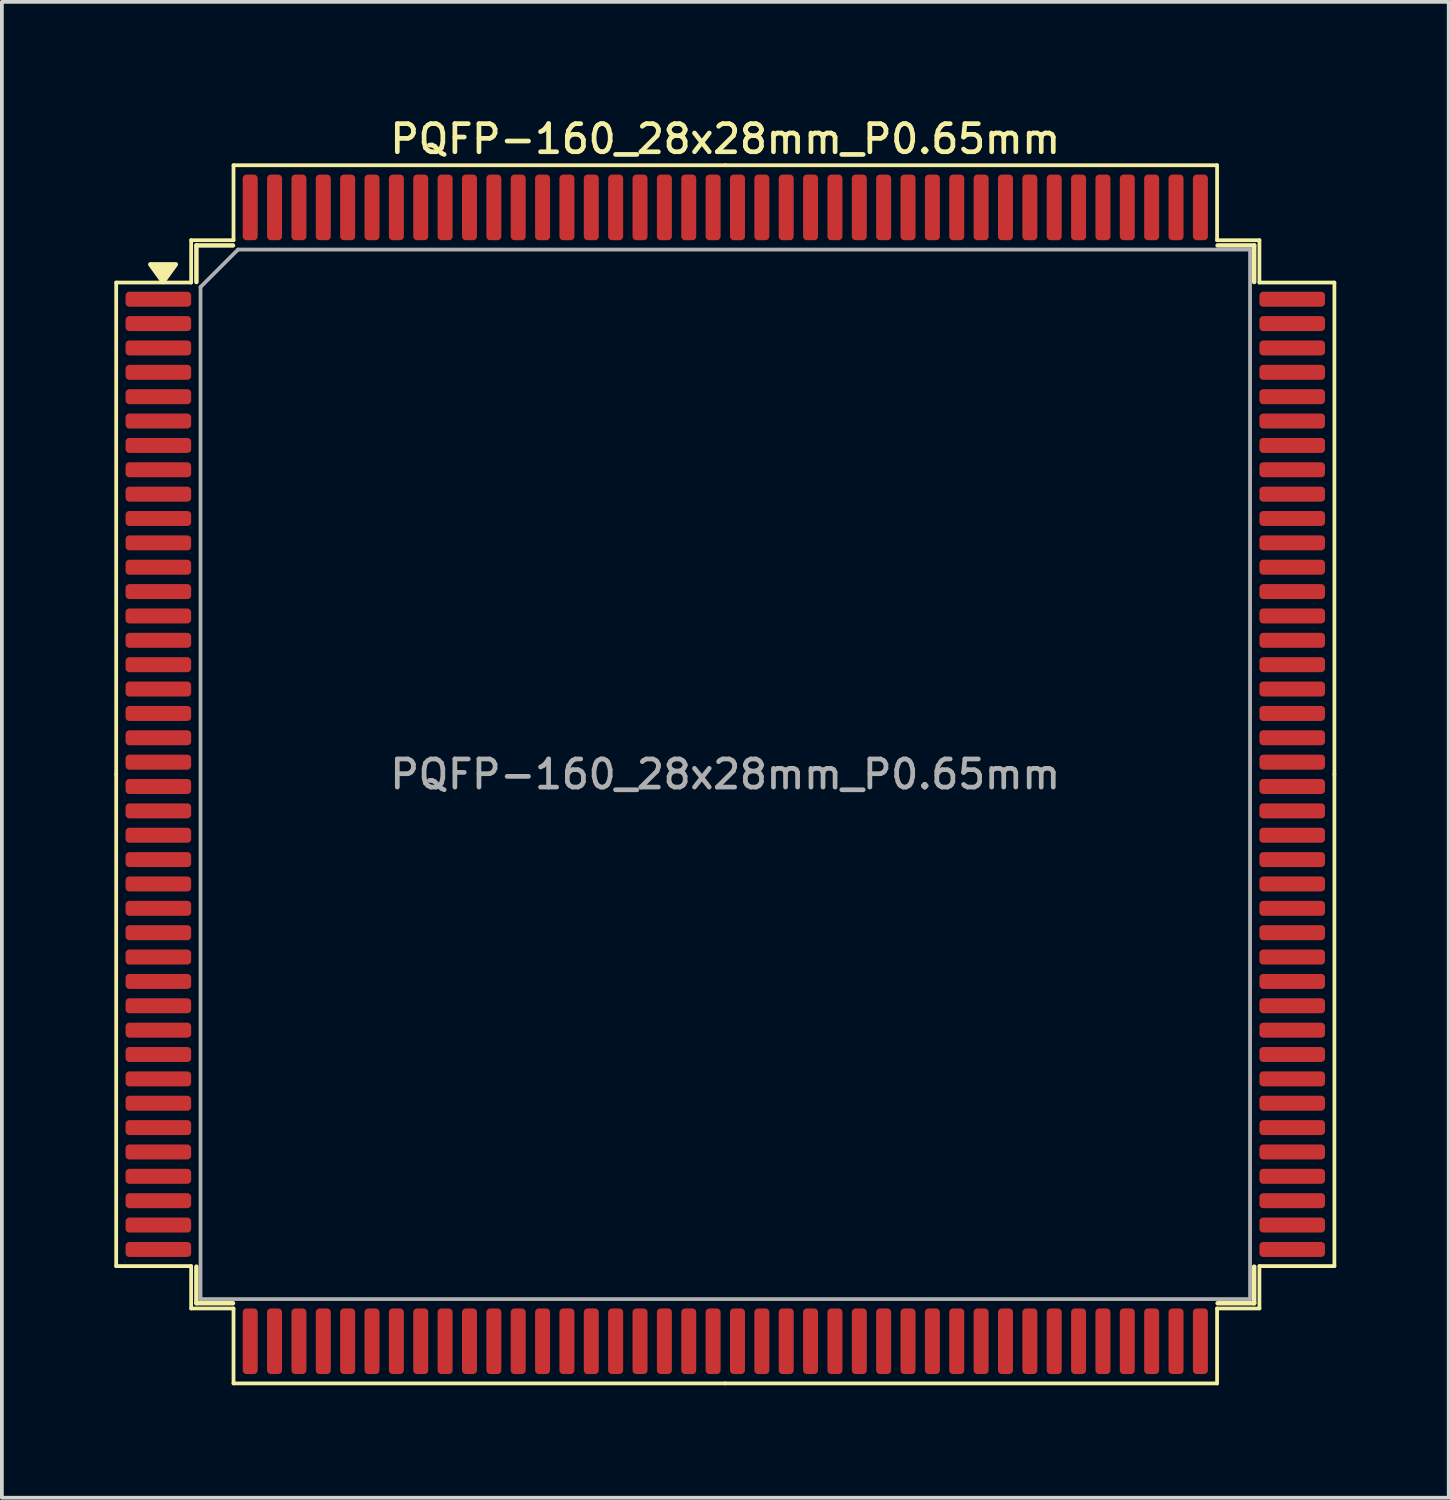
<source format=kicad_pcb>
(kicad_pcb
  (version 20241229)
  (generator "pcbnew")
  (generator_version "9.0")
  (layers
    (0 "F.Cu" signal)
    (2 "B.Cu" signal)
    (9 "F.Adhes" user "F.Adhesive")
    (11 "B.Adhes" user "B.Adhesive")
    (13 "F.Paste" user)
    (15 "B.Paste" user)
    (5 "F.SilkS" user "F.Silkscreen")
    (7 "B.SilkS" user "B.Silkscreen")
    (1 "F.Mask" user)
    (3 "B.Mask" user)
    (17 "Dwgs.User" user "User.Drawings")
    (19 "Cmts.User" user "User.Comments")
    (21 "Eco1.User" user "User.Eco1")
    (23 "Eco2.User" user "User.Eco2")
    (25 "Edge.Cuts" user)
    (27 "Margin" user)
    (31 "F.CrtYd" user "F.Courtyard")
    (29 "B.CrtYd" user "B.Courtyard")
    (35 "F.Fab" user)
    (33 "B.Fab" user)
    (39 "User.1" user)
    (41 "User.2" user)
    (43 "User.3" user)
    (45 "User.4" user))
  (footprint "PQFP-160_28x28mm_P0.65mm"
    (layer "F.Cu")
    (at 16.3 17.608)
    (property "Reference" "PQFP-160_28x28mm_P0.65mm" (at 0 -16.95 0) (layer "F.SilkS") (effects (font (size 0.75 0.75) (thickness 0.125))))
    (attr smd)
    (fp_line (start -16.25 -13.12) (end -16.25 0) (stroke (width 0.1) (type solid)) (layer "F.SilkS"))
    (fp_line (start -16.25 13.12) (end -16.25 0) (stroke (width 0.1) (type solid)) (layer "F.SilkS"))
    (fp_line (start -14.25 -14.25) (end -14.25 -13.12) (stroke (width 0.1) (type solid)) (layer "F.SilkS"))
    (fp_line (start -14.25 -13.12) (end -16.25 -13.12) (stroke (width 0.1) (type solid)) (layer "F.SilkS"))
    (fp_line (start -14.25 13.12) (end -16.25 13.12) (stroke (width 0.1) (type solid)) (layer "F.SilkS"))
    (fp_line (start -14.25 14.25) (end -14.25 13.12) (stroke (width 0.1) (type solid)) (layer "F.SilkS"))
    (fp_line (start -14.11 -14.11) (end -14.11 -13.135) (stroke (width 0.12) (type solid)) (layer "F.SilkS"))
    (fp_line (start -14.11 14.11) (end -14.11 13.135) (stroke (width 0.12) (type solid)) (layer "F.SilkS"))
    (fp_line (start -13.135 -14.11) (end -14.11 -14.11) (stroke (width 0.12) (type solid)) (layer "F.SilkS"))
    (fp_line (start -13.135 14.11) (end -14.11 14.11) (stroke (width 0.12) (type solid)) (layer "F.SilkS"))
    (fp_line (start -13.12 -16.25) (end -13.12 -14.25) (stroke (width 0.1) (type solid)) (layer "F.SilkS"))
    (fp_line (start -13.12 -14.25) (end -14.25 -14.25) (stroke (width 0.1) (type solid)) (layer "F.SilkS"))
    (fp_line (start -13.12 14.25) (end -14.25 14.25) (stroke (width 0.1) (type solid)) (layer "F.SilkS"))
    (fp_line (start -13.12 16.25) (end -13.12 14.25) (stroke (width 0.1) (type solid)) (layer "F.SilkS"))
    (fp_line (start 0 -16.25) (end -13.12 -16.25) (stroke (width 0.1) (type solid)) (layer "F.SilkS"))
    (fp_line (start 0 -16.25) (end 13.12 -16.25) (stroke (width 0.1) (type solid)) (layer "F.SilkS"))
    (fp_line (start 0 16.25) (end -13.12 16.25) (stroke (width 0.1) (type solid)) (layer "F.SilkS"))
    (fp_line (start 0 16.25) (end 13.12 16.25) (stroke (width 0.1) (type solid)) (layer "F.SilkS"))
    (fp_line (start 13.12 -16.25) (end 13.12 -14.25) (stroke (width 0.1) (type solid)) (layer "F.SilkS"))
    (fp_line (start 13.12 -14.25) (end 14.25 -14.25) (stroke (width 0.1) (type solid)) (layer "F.SilkS"))
    (fp_line (start 13.12 14.25) (end 14.25 14.25) (stroke (width 0.1) (type solid)) (layer "F.SilkS"))
    (fp_line (start 13.12 16.25) (end 13.12 14.25) (stroke (width 0.1) (type solid)) (layer "F.SilkS"))
    (fp_line (start 13.135 -14.11) (end 14.11 -14.11) (stroke (width 0.12) (type solid)) (layer "F.SilkS"))
    (fp_line (start 13.135 14.11) (end 14.11 14.11) (stroke (width 0.12) (type solid)) (layer "F.SilkS"))
    (fp_line (start 14.11 -14.11) (end 14.11 -13.135) (stroke (width 0.12) (type solid)) (layer "F.SilkS"))
    (fp_line (start 14.11 14.11) (end 14.11 13.135) (stroke (width 0.12) (type solid)) (layer "F.SilkS"))
    (fp_line (start 14.25 -14.25) (end 14.25 -13.12) (stroke (width 0.1) (type solid)) (layer "F.SilkS"))
    (fp_line (start 14.25 -13.12) (end 16.25 -13.12) (stroke (width 0.1) (type solid)) (layer "F.SilkS"))
    (fp_line (start 14.25 13.12) (end 16.25 13.12) (stroke (width 0.1) (type solid)) (layer "F.SilkS"))
    (fp_line (start 14.25 14.25) (end 14.25 13.12) (stroke (width 0.1) (type solid)) (layer "F.SilkS"))
    (fp_line (start 16.25 -13.12) (end 16.25 0) (stroke (width 0.1) (type solid)) (layer "F.SilkS"))
    (fp_line (start 16.25 13.12) (end 16.25 0) (stroke (width 0.1) (type solid)) (layer "F.SilkS"))
    (fp_poly (pts (xy -15 -13.135) (xy -15.34 -13.605) (xy -14.66 -13.605) (xy -15 -13.135)) (stroke (width 0.12) (type solid)) (fill yes) (layer "F.SilkS"))
    (fp_line (start -14 -13) (end -13 -14) (stroke (width 0.1) (type solid)) (layer "F.Fab"))
    (fp_line (start -14 14) (end -14 -13) (stroke (width 0.1) (type solid)) (layer "F.Fab"))
    (fp_line (start -13 -14) (end 14 -14) (stroke (width 0.1) (type solid)) (layer "F.Fab"))
    (fp_line (start 14 -14) (end 14 14) (stroke (width 0.1) (type solid)) (layer "F.Fab"))
    (fp_line (start 14 14) (end -14 14) (stroke (width 0.1) (type solid)) (layer "F.Fab"))
    (fp_text user "${REFERENCE}" (at 0 0 0) (layer "F.Fab") (effects (font (size 0.75 0.75) (thickness 0.125))))
    (pad "1" smd roundrect (at -15.125 -12.675) (size 1.75 0.4) (layers "F.Cu" "F.Mask" "F.Paste") (roundrect_rratio 0.25))
    (pad "2" smd roundrect (at -15.125 -12.025) (size 1.75 0.4) (layers "F.Cu" "F.Mask" "F.Paste") (roundrect_rratio 0.25))
    (pad "3" smd roundrect (at -15.125 -11.375) (size 1.75 0.4) (layers "F.Cu" "F.Mask" "F.Paste") (roundrect_rratio 0.25))
    (pad "4" smd roundrect (at -15.125 -10.725) (size 1.75 0.4) (layers "F.Cu" "F.Mask" "F.Paste") (roundrect_rratio 0.25))
    (pad "5" smd roundrect (at -15.125 -10.075) (size 1.75 0.4) (layers "F.Cu" "F.Mask" "F.Paste") (roundrect_rratio 0.25))
    (pad "6" smd roundrect (at -15.125 -9.425) (size 1.75 0.4) (layers "F.Cu" "F.Mask" "F.Paste") (roundrect_rratio 0.25))
    (pad "7" smd roundrect (at -15.125 -8.775) (size 1.75 0.4) (layers "F.Cu" "F.Mask" "F.Paste") (roundrect_rratio 0.25))
    (pad "8" smd roundrect (at -15.125 -8.125) (size 1.75 0.4) (layers "F.Cu" "F.Mask" "F.Paste") (roundrect_rratio 0.25))
    (pad "9" smd roundrect (at -15.125 -7.475) (size 1.75 0.4) (layers "F.Cu" "F.Mask" "F.Paste") (roundrect_rratio 0.25))
    (pad "10" smd roundrect (at -15.125 -6.825) (size 1.75 0.4) (layers "F.Cu" "F.Mask" "F.Paste") (roundrect_rratio 0.25))
    (pad "11" smd roundrect (at -15.125 -6.175) (size 1.75 0.4) (layers "F.Cu" "F.Mask" "F.Paste") (roundrect_rratio 0.25))
    (pad "12" smd roundrect (at -15.125 -5.525) (size 1.75 0.4) (layers "F.Cu" "F.Mask" "F.Paste") (roundrect_rratio 0.25))
    (pad "13" smd roundrect (at -15.125 -4.875) (size 1.75 0.4) (layers "F.Cu" "F.Mask" "F.Paste") (roundrect_rratio 0.25))
    (pad "14" smd roundrect (at -15.125 -4.225) (size 1.75 0.4) (layers "F.Cu" "F.Mask" "F.Paste") (roundrect_rratio 0.25))
    (pad "15" smd roundrect (at -15.125 -3.575) (size 1.75 0.4) (layers "F.Cu" "F.Mask" "F.Paste") (roundrect_rratio 0.25))
    (pad "16" smd roundrect (at -15.125 -2.925) (size 1.75 0.4) (layers "F.Cu" "F.Mask" "F.Paste") (roundrect_rratio 0.25))
    (pad "17" smd roundrect (at -15.125 -2.275) (size 1.75 0.4) (layers "F.Cu" "F.Mask" "F.Paste") (roundrect_rratio 0.25))
    (pad "18" smd roundrect (at -15.125 -1.625) (size 1.75 0.4) (layers "F.Cu" "F.Mask" "F.Paste") (roundrect_rratio 0.25))
    (pad "19" smd roundrect (at -15.125 -0.975) (size 1.75 0.4) (layers "F.Cu" "F.Mask" "F.Paste") (roundrect_rratio 0.25))
    (pad "20" smd roundrect (at -15.125 -0.325) (size 1.75 0.4) (layers "F.Cu" "F.Mask" "F.Paste") (roundrect_rratio 0.25))
    (pad "21" smd roundrect (at -15.125 0.325) (size 1.75 0.4) (layers "F.Cu" "F.Mask" "F.Paste") (roundrect_rratio 0.25))
    (pad "22" smd roundrect (at -15.125 0.975) (size 1.75 0.4) (layers "F.Cu" "F.Mask" "F.Paste") (roundrect_rratio 0.25))
    (pad "23" smd roundrect (at -15.125 1.625) (size 1.75 0.4) (layers "F.Cu" "F.Mask" "F.Paste") (roundrect_rratio 0.25))
    (pad "24" smd roundrect (at -15.125 2.275) (size 1.75 0.4) (layers "F.Cu" "F.Mask" "F.Paste") (roundrect_rratio 0.25))
    (pad "25" smd roundrect (at -15.125 2.925) (size 1.75 0.4) (layers "F.Cu" "F.Mask" "F.Paste") (roundrect_rratio 0.25))
    (pad "26" smd roundrect (at -15.125 3.575) (size 1.75 0.4) (layers "F.Cu" "F.Mask" "F.Paste") (roundrect_rratio 0.25))
    (pad "27" smd roundrect (at -15.125 4.225) (size 1.75 0.4) (layers "F.Cu" "F.Mask" "F.Paste") (roundrect_rratio 0.25))
    (pad "28" smd roundrect (at -15.125 4.875) (size 1.75 0.4) (layers "F.Cu" "F.Mask" "F.Paste") (roundrect_rratio 0.25))
    (pad "29" smd roundrect (at -15.125 5.525) (size 1.75 0.4) (layers "F.Cu" "F.Mask" "F.Paste") (roundrect_rratio 0.25))
    (pad "30" smd roundrect (at -15.125 6.175) (size 1.75 0.4) (layers "F.Cu" "F.Mask" "F.Paste") (roundrect_rratio 0.25))
    (pad "31" smd roundrect (at -15.125 6.825) (size 1.75 0.4) (layers "F.Cu" "F.Mask" "F.Paste") (roundrect_rratio 0.25))
    (pad "32" smd roundrect (at -15.125 7.475) (size 1.75 0.4) (layers "F.Cu" "F.Mask" "F.Paste") (roundrect_rratio 0.25))
    (pad "33" smd roundrect (at -15.125 8.125) (size 1.75 0.4) (layers "F.Cu" "F.Mask" "F.Paste") (roundrect_rratio 0.25))
    (pad "34" smd roundrect (at -15.125 8.775) (size 1.75 0.4) (layers "F.Cu" "F.Mask" "F.Paste") (roundrect_rratio 0.25))
    (pad "35" smd roundrect (at -15.125 9.425) (size 1.75 0.4) (layers "F.Cu" "F.Mask" "F.Paste") (roundrect_rratio 0.25))
    (pad "36" smd roundrect (at -15.125 10.075) (size 1.75 0.4) (layers "F.Cu" "F.Mask" "F.Paste") (roundrect_rratio 0.25))
    (pad "37" smd roundrect (at -15.125 10.725) (size 1.75 0.4) (layers "F.Cu" "F.Mask" "F.Paste") (roundrect_rratio 0.25))
    (pad "38" smd roundrect (at -15.125 11.375) (size 1.75 0.4) (layers "F.Cu" "F.Mask" "F.Paste") (roundrect_rratio 0.25))
    (pad "39" smd roundrect (at -15.125 12.025) (size 1.75 0.4) (layers "F.Cu" "F.Mask" "F.Paste") (roundrect_rratio 0.25))
    (pad "40" smd roundrect (at -15.125 12.675) (size 1.75 0.4) (layers "F.Cu" "F.Mask" "F.Paste") (roundrect_rratio 0.25))
    (pad "41" smd roundrect (at -12.675 15.125) (size 0.4 1.75) (layers "F.Cu" "F.Mask" "F.Paste") (roundrect_rratio 0.25))
    (pad "42" smd roundrect (at -12.025 15.125) (size 0.4 1.75) (layers "F.Cu" "F.Mask" "F.Paste") (roundrect_rratio 0.25))
    (pad "43" smd roundrect (at -11.375 15.125) (size 0.4 1.75) (layers "F.Cu" "F.Mask" "F.Paste") (roundrect_rratio 0.25))
    (pad "44" smd roundrect (at -10.725 15.125) (size 0.4 1.75) (layers "F.Cu" "F.Mask" "F.Paste") (roundrect_rratio 0.25))
    (pad "45" smd roundrect (at -10.075 15.125) (size 0.4 1.75) (layers "F.Cu" "F.Mask" "F.Paste") (roundrect_rratio 0.25))
    (pad "46" smd roundrect (at -9.425 15.125) (size 0.4 1.75) (layers "F.Cu" "F.Mask" "F.Paste") (roundrect_rratio 0.25))
    (pad "47" smd roundrect (at -8.775 15.125) (size 0.4 1.75) (layers "F.Cu" "F.Mask" "F.Paste") (roundrect_rratio 0.25))
    (pad "48" smd roundrect (at -8.125 15.125) (size 0.4 1.75) (layers "F.Cu" "F.Mask" "F.Paste") (roundrect_rratio 0.25))
    (pad "49" smd roundrect (at -7.475 15.125) (size 0.4 1.75) (layers "F.Cu" "F.Mask" "F.Paste") (roundrect_rratio 0.25))
    (pad "50" smd roundrect (at -6.825 15.125) (size 0.4 1.75) (layers "F.Cu" "F.Mask" "F.Paste") (roundrect_rratio 0.25))
    (pad "51" smd roundrect (at -6.175 15.125) (size 0.4 1.75) (layers "F.Cu" "F.Mask" "F.Paste") (roundrect_rratio 0.25))
    (pad "52" smd roundrect (at -5.525 15.125) (size 0.4 1.75) (layers "F.Cu" "F.Mask" "F.Paste") (roundrect_rratio 0.25))
    (pad "53" smd roundrect (at -4.875 15.125) (size 0.4 1.75) (layers "F.Cu" "F.Mask" "F.Paste") (roundrect_rratio 0.25))
    (pad "54" smd roundrect (at -4.225 15.125) (size 0.4 1.75) (layers "F.Cu" "F.Mask" "F.Paste") (roundrect_rratio 0.25))
    (pad "55" smd roundrect (at -3.575 15.125) (size 0.4 1.75) (layers "F.Cu" "F.Mask" "F.Paste") (roundrect_rratio 0.25))
    (pad "56" smd roundrect (at -2.925 15.125) (size 0.4 1.75) (layers "F.Cu" "F.Mask" "F.Paste") (roundrect_rratio 0.25))
    (pad "57" smd roundrect (at -2.275 15.125) (size 0.4 1.75) (layers "F.Cu" "F.Mask" "F.Paste") (roundrect_rratio 0.25))
    (pad "58" smd roundrect (at -1.625 15.125) (size 0.4 1.75) (layers "F.Cu" "F.Mask" "F.Paste") (roundrect_rratio 0.25))
    (pad "59" smd roundrect (at -0.975 15.125) (size 0.4 1.75) (layers "F.Cu" "F.Mask" "F.Paste") (roundrect_rratio 0.25))
    (pad "60" smd roundrect (at -0.325 15.125) (size 0.4 1.75) (layers "F.Cu" "F.Mask" "F.Paste") (roundrect_rratio 0.25))
    (pad "61" smd roundrect (at 0.325 15.125) (size 0.4 1.75) (layers "F.Cu" "F.Mask" "F.Paste") (roundrect_rratio 0.25))
    (pad "62" smd roundrect (at 0.975 15.125) (size 0.4 1.75) (layers "F.Cu" "F.Mask" "F.Paste") (roundrect_rratio 0.25))
    (pad "63" smd roundrect (at 1.625 15.125) (size 0.4 1.75) (layers "F.Cu" "F.Mask" "F.Paste") (roundrect_rratio 0.25))
    (pad "64" smd roundrect (at 2.275 15.125) (size 0.4 1.75) (layers "F.Cu" "F.Mask" "F.Paste") (roundrect_rratio 0.25))
    (pad "65" smd roundrect (at 2.925 15.125) (size 0.4 1.75) (layers "F.Cu" "F.Mask" "F.Paste") (roundrect_rratio 0.25))
    (pad "66" smd roundrect (at 3.575 15.125) (size 0.4 1.75) (layers "F.Cu" "F.Mask" "F.Paste") (roundrect_rratio 0.25))
    (pad "67" smd roundrect (at 4.225 15.125) (size 0.4 1.75) (layers "F.Cu" "F.Mask" "F.Paste") (roundrect_rratio 0.25))
    (pad "68" smd roundrect (at 4.875 15.125) (size 0.4 1.75) (layers "F.Cu" "F.Mask" "F.Paste") (roundrect_rratio 0.25))
    (pad "69" smd roundrect (at 5.525 15.125) (size 0.4 1.75) (layers "F.Cu" "F.Mask" "F.Paste") (roundrect_rratio 0.25))
    (pad "70" smd roundrect (at 6.175 15.125) (size 0.4 1.75) (layers "F.Cu" "F.Mask" "F.Paste") (roundrect_rratio 0.25))
    (pad "71" smd roundrect (at 6.825 15.125) (size 0.4 1.75) (layers "F.Cu" "F.Mask" "F.Paste") (roundrect_rratio 0.25))
    (pad "72" smd roundrect (at 7.475 15.125) (size 0.4 1.75) (layers "F.Cu" "F.Mask" "F.Paste") (roundrect_rratio 0.25))
    (pad "73" smd roundrect (at 8.125 15.125) (size 0.4 1.75) (layers "F.Cu" "F.Mask" "F.Paste") (roundrect_rratio 0.25))
    (pad "74" smd roundrect (at 8.775 15.125) (size 0.4 1.75) (layers "F.Cu" "F.Mask" "F.Paste") (roundrect_rratio 0.25))
    (pad "75" smd roundrect (at 9.425 15.125) (size 0.4 1.75) (layers "F.Cu" "F.Mask" "F.Paste") (roundrect_rratio 0.25))
    (pad "76" smd roundrect (at 10.075 15.125) (size 0.4 1.75) (layers "F.Cu" "F.Mask" "F.Paste") (roundrect_rratio 0.25))
    (pad "77" smd roundrect (at 10.725 15.125) (size 0.4 1.75) (layers "F.Cu" "F.Mask" "F.Paste") (roundrect_rratio 0.25))
    (pad "78" smd roundrect (at 11.375 15.125) (size 0.4 1.75) (layers "F.Cu" "F.Mask" "F.Paste") (roundrect_rratio 0.25))
    (pad "79" smd roundrect (at 12.025 15.125) (size 0.4 1.75) (layers "F.Cu" "F.Mask" "F.Paste") (roundrect_rratio 0.25))
    (pad "80" smd roundrect (at 12.675 15.125) (size 0.4 1.75) (layers "F.Cu" "F.Mask" "F.Paste") (roundrect_rratio 0.25))
    (pad "81" smd roundrect (at 15.125 12.675) (size 1.75 0.4) (layers "F.Cu" "F.Mask" "F.Paste") (roundrect_rratio 0.25))
    (pad "82" smd roundrect (at 15.125 12.025) (size 1.75 0.4) (layers "F.Cu" "F.Mask" "F.Paste") (roundrect_rratio 0.25))
    (pad "83" smd roundrect (at 15.125 11.375) (size 1.75 0.4) (layers "F.Cu" "F.Mask" "F.Paste") (roundrect_rratio 0.25))
    (pad "84" smd roundrect (at 15.125 10.725) (size 1.75 0.4) (layers "F.Cu" "F.Mask" "F.Paste") (roundrect_rratio 0.25))
    (pad "85" smd roundrect (at 15.125 10.075) (size 1.75 0.4) (layers "F.Cu" "F.Mask" "F.Paste") (roundrect_rratio 0.25))
    (pad "86" smd roundrect (at 15.125 9.425) (size 1.75 0.4) (layers "F.Cu" "F.Mask" "F.Paste") (roundrect_rratio 0.25))
    (pad "87" smd roundrect (at 15.125 8.775) (size 1.75 0.4) (layers "F.Cu" "F.Mask" "F.Paste") (roundrect_rratio 0.25))
    (pad "88" smd roundrect (at 15.125 8.125) (size 1.75 0.4) (layers "F.Cu" "F.Mask" "F.Paste") (roundrect_rratio 0.25))
    (pad "89" smd roundrect (at 15.125 7.475) (size 1.75 0.4) (layers "F.Cu" "F.Mask" "F.Paste") (roundrect_rratio 0.25))
    (pad "90" smd roundrect (at 15.125 6.825) (size 1.75 0.4) (layers "F.Cu" "F.Mask" "F.Paste") (roundrect_rratio 0.25))
    (pad "91" smd roundrect (at 15.125 6.175) (size 1.75 0.4) (layers "F.Cu" "F.Mask" "F.Paste") (roundrect_rratio 0.25))
    (pad "92" smd roundrect (at 15.125 5.525) (size 1.75 0.4) (layers "F.Cu" "F.Mask" "F.Paste") (roundrect_rratio 0.25))
    (pad "93" smd roundrect (at 15.125 4.875) (size 1.75 0.4) (layers "F.Cu" "F.Mask" "F.Paste") (roundrect_rratio 0.25))
    (pad "94" smd roundrect (at 15.125 4.225) (size 1.75 0.4) (layers "F.Cu" "F.Mask" "F.Paste") (roundrect_rratio 0.25))
    (pad "95" smd roundrect (at 15.125 3.575) (size 1.75 0.4) (layers "F.Cu" "F.Mask" "F.Paste") (roundrect_rratio 0.25))
    (pad "96" smd roundrect (at 15.125 2.925) (size 1.75 0.4) (layers "F.Cu" "F.Mask" "F.Paste") (roundrect_rratio 0.25))
    (pad "97" smd roundrect (at 15.125 2.275) (size 1.75 0.4) (layers "F.Cu" "F.Mask" "F.Paste") (roundrect_rratio 0.25))
    (pad "98" smd roundrect (at 15.125 1.625) (size 1.75 0.4) (layers "F.Cu" "F.Mask" "F.Paste") (roundrect_rratio 0.25))
    (pad "99" smd roundrect (at 15.125 0.975) (size 1.75 0.4) (layers "F.Cu" "F.Mask" "F.Paste") (roundrect_rratio 0.25))
    (pad "100" smd roundrect (at 15.125 0.325) (size 1.75 0.4) (layers "F.Cu" "F.Mask" "F.Paste") (roundrect_rratio 0.25))
    (pad "101" smd roundrect (at 15.125 -0.325) (size 1.75 0.4) (layers "F.Cu" "F.Mask" "F.Paste") (roundrect_rratio 0.25))
    (pad "102" smd roundrect (at 15.125 -0.975) (size 1.75 0.4) (layers "F.Cu" "F.Mask" "F.Paste") (roundrect_rratio 0.25))
    (pad "103" smd roundrect (at 15.125 -1.625) (size 1.75 0.4) (layers "F.Cu" "F.Mask" "F.Paste") (roundrect_rratio 0.25))
    (pad "104" smd roundrect (at 15.125 -2.275) (size 1.75 0.4) (layers "F.Cu" "F.Mask" "F.Paste") (roundrect_rratio 0.25))
    (pad "105" smd roundrect (at 15.125 -2.925) (size 1.75 0.4) (layers "F.Cu" "F.Mask" "F.Paste") (roundrect_rratio 0.25))
    (pad "106" smd roundrect (at 15.125 -3.575) (size 1.75 0.4) (layers "F.Cu" "F.Mask" "F.Paste") (roundrect_rratio 0.25))
    (pad "107" smd roundrect (at 15.125 -4.225) (size 1.75 0.4) (layers "F.Cu" "F.Mask" "F.Paste") (roundrect_rratio 0.25))
    (pad "108" smd roundrect (at 15.125 -4.875) (size 1.75 0.4) (layers "F.Cu" "F.Mask" "F.Paste") (roundrect_rratio 0.25))
    (pad "109" smd roundrect (at 15.125 -5.525) (size 1.75 0.4) (layers "F.Cu" "F.Mask" "F.Paste") (roundrect_rratio 0.25))
    (pad "110" smd roundrect (at 15.125 -6.175) (size 1.75 0.4) (layers "F.Cu" "F.Mask" "F.Paste") (roundrect_rratio 0.25))
    (pad "111" smd roundrect (at 15.125 -6.825) (size 1.75 0.4) (layers "F.Cu" "F.Mask" "F.Paste") (roundrect_rratio 0.25))
    (pad "112" smd roundrect (at 15.125 -7.475) (size 1.75 0.4) (layers "F.Cu" "F.Mask" "F.Paste") (roundrect_rratio 0.25))
    (pad "113" smd roundrect (at 15.125 -8.125) (size 1.75 0.4) (layers "F.Cu" "F.Mask" "F.Paste") (roundrect_rratio 0.25))
    (pad "114" smd roundrect (at 15.125 -8.775) (size 1.75 0.4) (layers "F.Cu" "F.Mask" "F.Paste") (roundrect_rratio 0.25))
    (pad "115" smd roundrect (at 15.125 -9.425) (size 1.75 0.4) (layers "F.Cu" "F.Mask" "F.Paste") (roundrect_rratio 0.25))
    (pad "116" smd roundrect (at 15.125 -10.075) (size 1.75 0.4) (layers "F.Cu" "F.Mask" "F.Paste") (roundrect_rratio 0.25))
    (pad "117" smd roundrect (at 15.125 -10.725) (size 1.75 0.4) (layers "F.Cu" "F.Mask" "F.Paste") (roundrect_rratio 0.25))
    (pad "118" smd roundrect (at 15.125 -11.375) (size 1.75 0.4) (layers "F.Cu" "F.Mask" "F.Paste") (roundrect_rratio 0.25))
    (pad "119" smd roundrect (at 15.125 -12.025) (size 1.75 0.4) (layers "F.Cu" "F.Mask" "F.Paste") (roundrect_rratio 0.25))
    (pad "120" smd roundrect (at 15.125 -12.675) (size 1.75 0.4) (layers "F.Cu" "F.Mask" "F.Paste") (roundrect_rratio 0.25))
    (pad "121" smd roundrect (at 12.675 -15.125) (size 0.4 1.75) (layers "F.Cu" "F.Mask" "F.Paste") (roundrect_rratio 0.25))
    (pad "122" smd roundrect (at 12.025 -15.125) (size 0.4 1.75) (layers "F.Cu" "F.Mask" "F.Paste") (roundrect_rratio 0.25))
    (pad "123" smd roundrect (at 11.375 -15.125) (size 0.4 1.75) (layers "F.Cu" "F.Mask" "F.Paste") (roundrect_rratio 0.25))
    (pad "124" smd roundrect (at 10.725 -15.125) (size 0.4 1.75) (layers "F.Cu" "F.Mask" "F.Paste") (roundrect_rratio 0.25))
    (pad "125" smd roundrect (at 10.075 -15.125) (size 0.4 1.75) (layers "F.Cu" "F.Mask" "F.Paste") (roundrect_rratio 0.25))
    (pad "126" smd roundrect (at 9.425 -15.125) (size 0.4 1.75) (layers "F.Cu" "F.Mask" "F.Paste") (roundrect_rratio 0.25))
    (pad "127" smd roundrect (at 8.775 -15.125) (size 0.4 1.75) (layers "F.Cu" "F.Mask" "F.Paste") (roundrect_rratio 0.25))
    (pad "128" smd roundrect (at 8.125 -15.125) (size 0.4 1.75) (layers "F.Cu" "F.Mask" "F.Paste") (roundrect_rratio 0.25))
    (pad "129" smd roundrect (at 7.475 -15.125) (size 0.4 1.75) (layers "F.Cu" "F.Mask" "F.Paste") (roundrect_rratio 0.25))
    (pad "130" smd roundrect (at 6.825 -15.125) (size 0.4 1.75) (layers "F.Cu" "F.Mask" "F.Paste") (roundrect_rratio 0.25))
    (pad "131" smd roundrect (at 6.175 -15.125) (size 0.4 1.75) (layers "F.Cu" "F.Mask" "F.Paste") (roundrect_rratio 0.25))
    (pad "132" smd roundrect (at 5.525 -15.125) (size 0.4 1.75) (layers "F.Cu" "F.Mask" "F.Paste") (roundrect_rratio 0.25))
    (pad "133" smd roundrect (at 4.875 -15.125) (size 0.4 1.75) (layers "F.Cu" "F.Mask" "F.Paste") (roundrect_rratio 0.25))
    (pad "134" smd roundrect (at 4.225 -15.125) (size 0.4 1.75) (layers "F.Cu" "F.Mask" "F.Paste") (roundrect_rratio 0.25))
    (pad "135" smd roundrect (at 3.575 -15.125) (size 0.4 1.75) (layers "F.Cu" "F.Mask" "F.Paste") (roundrect_rratio 0.25))
    (pad "136" smd roundrect (at 2.925 -15.125) (size 0.4 1.75) (layers "F.Cu" "F.Mask" "F.Paste") (roundrect_rratio 0.25))
    (pad "137" smd roundrect (at 2.275 -15.125) (size 0.4 1.75) (layers "F.Cu" "F.Mask" "F.Paste") (roundrect_rratio 0.25))
    (pad "138" smd roundrect (at 1.625 -15.125) (size 0.4 1.75) (layers "F.Cu" "F.Mask" "F.Paste") (roundrect_rratio 0.25))
    (pad "139" smd roundrect (at 0.975 -15.125) (size 0.4 1.75) (layers "F.Cu" "F.Mask" "F.Paste") (roundrect_rratio 0.25))
    (pad "140" smd roundrect (at 0.325 -15.125) (size 0.4 1.75) (layers "F.Cu" "F.Mask" "F.Paste") (roundrect_rratio 0.25))
    (pad "141" smd roundrect (at -0.325 -15.125) (size 0.4 1.75) (layers "F.Cu" "F.Mask" "F.Paste") (roundrect_rratio 0.25))
    (pad "142" smd roundrect (at -0.975 -15.125) (size 0.4 1.75) (layers "F.Cu" "F.Mask" "F.Paste") (roundrect_rratio 0.25))
    (pad "143" smd roundrect (at -1.625 -15.125) (size 0.4 1.75) (layers "F.Cu" "F.Mask" "F.Paste") (roundrect_rratio 0.25))
    (pad "144" smd roundrect (at -2.275 -15.125) (size 0.4 1.75) (layers "F.Cu" "F.Mask" "F.Paste") (roundrect_rratio 0.25))
    (pad "145" smd roundrect (at -2.925 -15.125) (size 0.4 1.75) (layers "F.Cu" "F.Mask" "F.Paste") (roundrect_rratio 0.25))
    (pad "146" smd roundrect (at -3.575 -15.125) (size 0.4 1.75) (layers "F.Cu" "F.Mask" "F.Paste") (roundrect_rratio 0.25))
    (pad "147" smd roundrect (at -4.225 -15.125) (size 0.4 1.75) (layers "F.Cu" "F.Mask" "F.Paste") (roundrect_rratio 0.25))
    (pad "148" smd roundrect (at -4.875 -15.125) (size 0.4 1.75) (layers "F.Cu" "F.Mask" "F.Paste") (roundrect_rratio 0.25))
    (pad "149" smd roundrect (at -5.525 -15.125) (size 0.4 1.75) (layers "F.Cu" "F.Mask" "F.Paste") (roundrect_rratio 0.25))
    (pad "150" smd roundrect (at -6.175 -15.125) (size 0.4 1.75) (layers "F.Cu" "F.Mask" "F.Paste") (roundrect_rratio 0.25))
    (pad "151" smd roundrect (at -6.825 -15.125) (size 0.4 1.75) (layers "F.Cu" "F.Mask" "F.Paste") (roundrect_rratio 0.25))
    (pad "152" smd roundrect (at -7.475 -15.125) (size 0.4 1.75) (layers "F.Cu" "F.Mask" "F.Paste") (roundrect_rratio 0.25))
    (pad "153" smd roundrect (at -8.125 -15.125) (size 0.4 1.75) (layers "F.Cu" "F.Mask" "F.Paste") (roundrect_rratio 0.25))
    (pad "154" smd roundrect (at -8.775 -15.125) (size 0.4 1.75) (layers "F.Cu" "F.Mask" "F.Paste") (roundrect_rratio 0.25))
    (pad "155" smd roundrect (at -9.425 -15.125) (size 0.4 1.75) (layers "F.Cu" "F.Mask" "F.Paste") (roundrect_rratio 0.25))
    (pad "156" smd roundrect (at -10.075 -15.125) (size 0.4 1.75) (layers "F.Cu" "F.Mask" "F.Paste") (roundrect_rratio 0.25))
    (pad "157" smd roundrect (at -10.725 -15.125) (size 0.4 1.75) (layers "F.Cu" "F.Mask" "F.Paste") (roundrect_rratio 0.25))
    (pad "158" smd roundrect (at -11.375 -15.125) (size 0.4 1.75) (layers "F.Cu" "F.Mask" "F.Paste") (roundrect_rratio 0.25))
    (pad "159" smd roundrect (at -12.025 -15.125) (size 0.4 1.75) (layers "F.Cu" "F.Mask" "F.Paste") (roundrect_rratio 0.25))
    (pad "160" smd roundrect (at -12.675 -15.125) (size 0.4 1.75) (layers "F.Cu" "F.Mask" "F.Paste") (roundrect_rratio 0.25)))
  (gr_rect
    (start -3 -3)
    (end 35.6 36.908)
    (stroke (width 0.1) (type default))
    (fill no)
    (layer "Edge.Cuts")))
</source>
